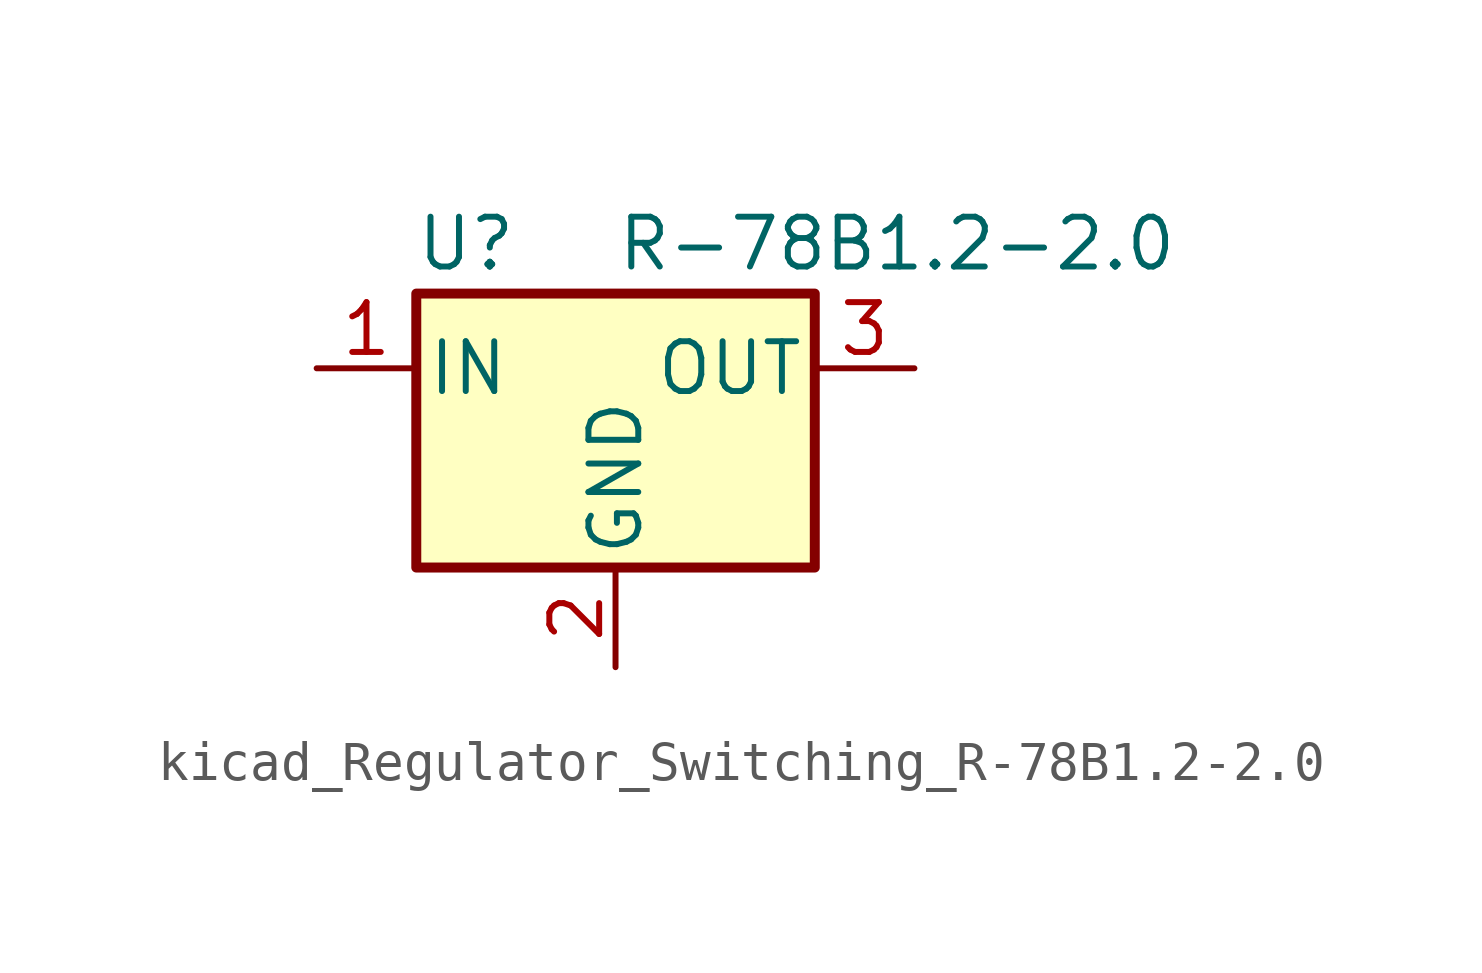
<source format=kicad_sym>
(kicad_symbol_lib
  (version 20220914)
  (generator kicad_symbol_editor)
  (symbol "kicad_Regulator_Switching_R-78B1.2-2.0"
    (pin_names
      (offset 0.254))
    (property "Reference" "U"
      (at -3.81 3.175 0)
      (effects (font (size 1.27 1.27))))
    (property "Value" "R-78B1.2-2.0"
      (at 0 3.175 0)
      (effects (font (size 1.27 1.27)) (justify left)))
    (symbol "kicad_Regulator_Switching_R-78B1.2-2.0_0_1"
      (rectangle (start -5.08 1.905) (end 5.08 -5.08) (stroke (width 0.254) (type default)) (fill (type background))))
    (symbol "kicad_Regulator_Switching_R-78B1.2-2.0_1_1"
      (pin power_in line (at -7.62 0 0) (length 2.54) (name "IN" (effects (font (size 1.27 1.27)))) (number "1" (effects (font (size 1.27 1.27)))))
      (pin power_in line (at 0 -7.62 90) (length 2.54) (name "GND" (effects (font (size 1.27 1.27)))) (number "2" (effects (font (size 1.27 1.27)))))
      (pin power_out line (at 7.62 0 180) (length 2.54) (name "OUT" (effects (font (size 1.27 1.27)))) (number "3" (effects (font (size 1.27 1.27))))))))
</source>
